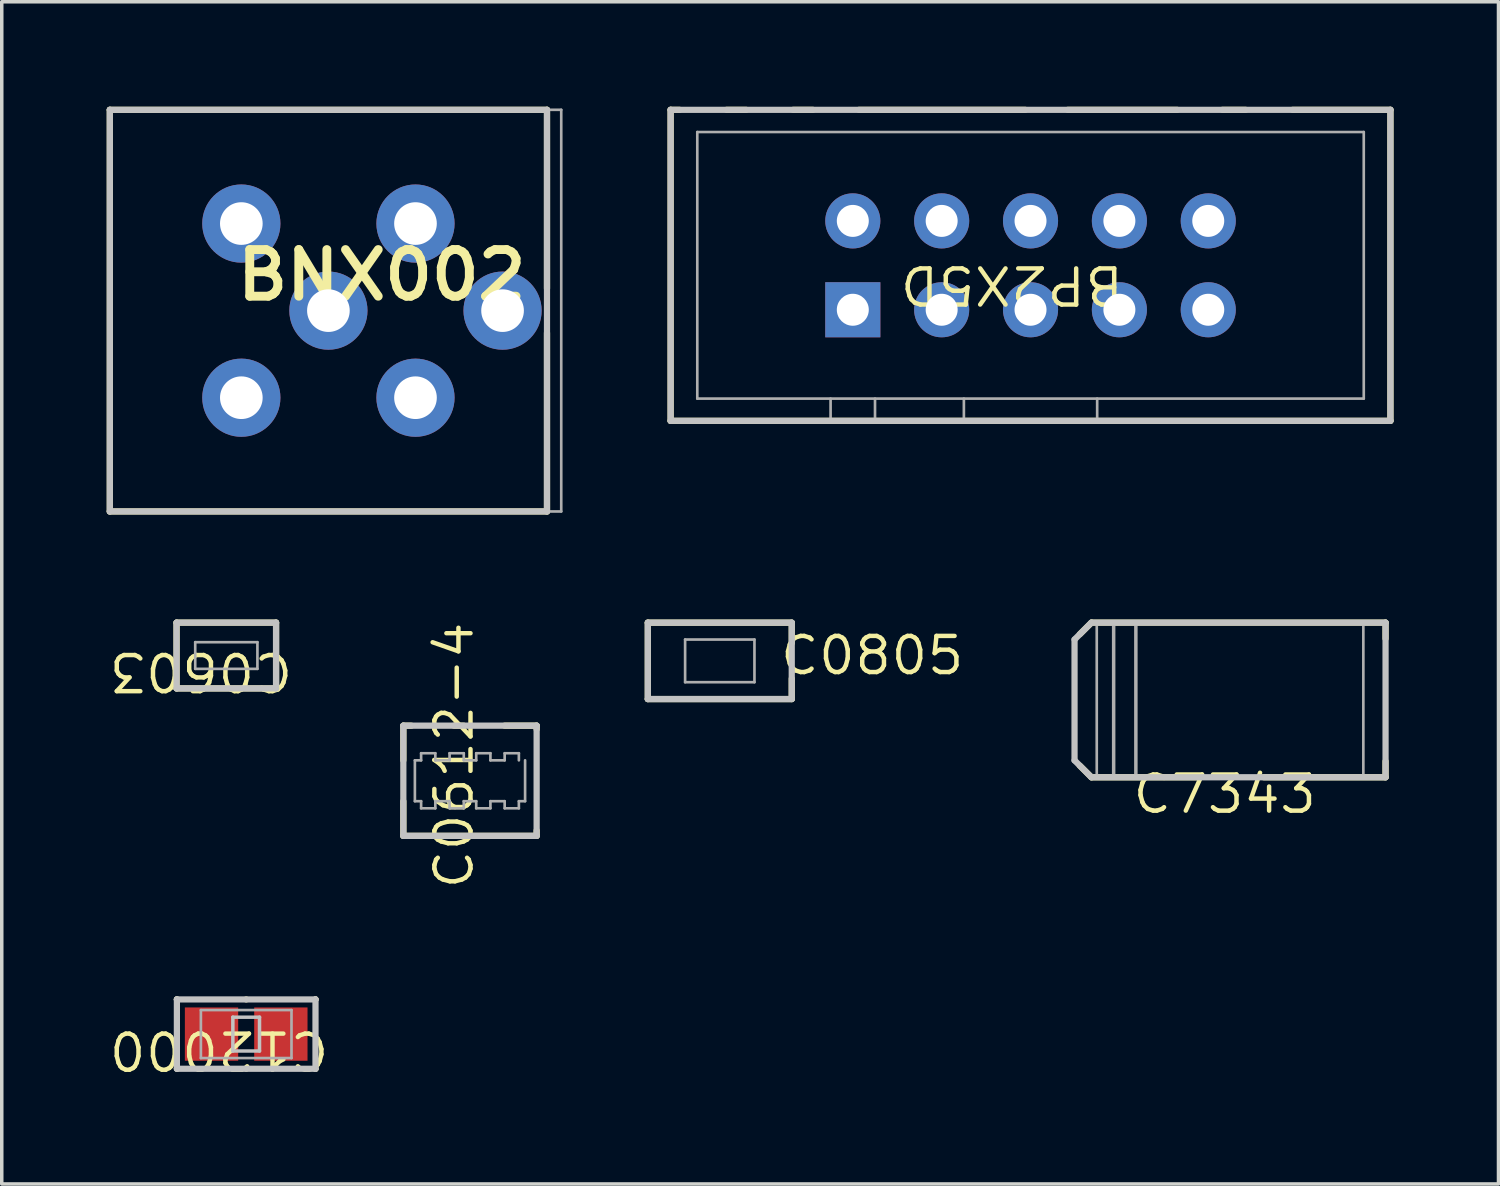
<source format=kicad_pcb>
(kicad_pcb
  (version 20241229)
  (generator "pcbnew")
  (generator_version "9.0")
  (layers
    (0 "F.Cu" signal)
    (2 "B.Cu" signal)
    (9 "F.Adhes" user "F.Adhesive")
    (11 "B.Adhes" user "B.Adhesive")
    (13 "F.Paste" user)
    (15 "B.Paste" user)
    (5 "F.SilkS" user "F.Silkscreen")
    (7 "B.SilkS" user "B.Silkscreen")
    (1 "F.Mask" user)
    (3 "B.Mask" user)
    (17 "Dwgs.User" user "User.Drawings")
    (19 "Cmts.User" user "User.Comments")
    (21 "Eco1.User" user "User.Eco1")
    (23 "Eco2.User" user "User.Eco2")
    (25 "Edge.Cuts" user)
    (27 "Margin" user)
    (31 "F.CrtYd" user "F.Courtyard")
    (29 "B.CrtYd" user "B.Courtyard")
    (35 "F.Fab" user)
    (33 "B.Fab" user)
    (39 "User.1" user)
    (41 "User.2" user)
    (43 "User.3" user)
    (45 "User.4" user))
  (footprint "C0612-4"
    (layer "F.Cu")
    (at 10.384 19.267)
    (property "Reference" "C0612-4" (at -0.457 -0.724 90) (unlocked yes) (layer "F.SilkS") (effects (font (size 1.033 1.087) (thickness 0.127))))
    (attr smd)
    (fp_line (start -1.905 -1.575) (end -1.676 -1.575) (stroke (width 0.178) (type solid)) (layer "F.SilkS"))
    (fp_line (start -1.905 -0.584) (end -1.905 -1.575) (stroke (width 0.178) (type solid)) (layer "F.SilkS"))
    (fp_line (start -1.905 1.575) (end -1.905 0.584) (stroke (width 0.178) (type solid)) (layer "F.SilkS"))
    (fp_line (start -1.905 1.575) (end 1.905 1.575) (stroke (width 0.178) (type solid)) (layer "F.SilkS"))
    (fp_line (start -0.457 -1.575) (end -0.178 -1.575) (stroke (width 0.178) (type solid)) (layer "F.SilkS"))
    (fp_line (start 0.991 -1.575) (end 1.905 -1.575) (stroke (width 0.178) (type solid)) (layer "F.SilkS"))
    (fp_line (start 1.905 -1.473) (end 1.905 -1.575) (stroke (width 0.178) (type solid)) (layer "F.SilkS"))
    (fp_line (start 1.905 1.575) (end 1.905 1.422) (stroke (width 0.178) (type solid)) (layer "F.SilkS"))
    (fp_line (start -1.905 -1.575) (end 1.905 -1.575) (stroke (width 0.178) (type solid)) (layer "Dwgs.User"))
    (fp_line (start -1.905 1.575) (end -1.905 -1.575) (stroke (width 0.178) (type solid)) (layer "Dwgs.User"))
    (fp_line (start -1.905 1.575) (end 1.905 1.575) (stroke (width 0.178) (type solid)) (layer "Dwgs.User"))
    (fp_line (start 1.905 1.575) (end 1.905 -1.575) (stroke (width 0.178) (type solid)) (layer "Dwgs.User"))
    (fp_line (start -1.575 -0.584) (end -1.397 -0.584) (stroke (width 0.076) (type solid)) (layer "F.Fab"))
    (fp_line (start -1.575 0.584) (end -1.575 -0.584) (stroke (width 0.076) (type solid)) (layer "F.Fab"))
    (fp_line (start -1.575 0.584) (end -1.397 0.584) (stroke (width 0.076) (type solid)) (layer "F.Fab"))
    (fp_line (start -1.397 -0.787) (end -0.991 -0.787) (stroke (width 0.076) (type solid)) (layer "F.Fab"))
    (fp_line (start -1.397 -0.584) (end -1.397 -0.787) (stroke (width 0.076) (type solid)) (layer "F.Fab"))
    (fp_line (start -1.397 0.787) (end -1.397 0.584) (stroke (width 0.076) (type solid)) (layer "F.Fab"))
    (fp_line (start -1.397 0.787) (end -0.991 0.787) (stroke (width 0.076) (type solid)) (layer "F.Fab"))
    (fp_line (start -0.991 -0.584) (end -0.991 -0.787) (stroke (width 0.076) (type solid)) (layer "F.Fab"))
    (fp_line (start -0.991 -0.584) (end -0.584 -0.584) (stroke (width 0.076) (type solid)) (layer "F.Fab"))
    (fp_line (start -0.991 0.584) (end -0.584 0.584) (stroke (width 0.076) (type solid)) (layer "F.Fab"))
    (fp_line (start -0.991 0.787) (end -0.991 0.584) (stroke (width 0.076) (type solid)) (layer "F.Fab"))
    (fp_line (start -0.584 -0.787) (end -0.178 -0.787) (stroke (width 0.076) (type solid)) (layer "F.Fab"))
    (fp_line (start -0.584 -0.584) (end -0.584 -0.787) (stroke (width 0.076) (type solid)) (layer "F.Fab"))
    (fp_line (start -0.584 0.787) (end -0.584 0.584) (stroke (width 0.076) (type solid)) (layer "F.Fab"))
    (fp_line (start -0.584 0.787) (end -0.178 0.787) (stroke (width 0.076) (type solid)) (layer "F.Fab"))
    (fp_line (start -0.178 -0.584) (end -0.178 -0.787) (stroke (width 0.076) (type solid)) (layer "F.Fab"))
    (fp_line (start -0.178 -0.584) (end 0.178 -0.584) (stroke (width 0.076) (type solid)) (layer "F.Fab"))
    (fp_line (start -0.178 0.584) (end 0.178 0.584) (stroke (width 0.076) (type solid)) (layer "F.Fab"))
    (fp_line (start -0.178 0.787) (end -0.178 0.584) (stroke (width 0.076) (type solid)) (layer "F.Fab"))
    (fp_line (start 0.178 -0.787) (end 0.584 -0.787) (stroke (width 0.076) (type solid)) (layer "F.Fab"))
    (fp_line (start 0.178 -0.584) (end 0.178 -0.787) (stroke (width 0.076) (type solid)) (layer "F.Fab"))
    (fp_line (start 0.178 0.787) (end 0.178 0.584) (stroke (width 0.076) (type solid)) (layer "F.Fab"))
    (fp_line (start 0.178 0.787) (end 0.584 0.787) (stroke (width 0.076) (type solid)) (layer "F.Fab"))
    (fp_line (start 0.584 -0.584) (end 0.584 -0.787) (stroke (width 0.076) (type solid)) (layer "F.Fab"))
    (fp_line (start 0.584 -0.584) (end 0.991 -0.584) (stroke (width 0.076) (type solid)) (layer "F.Fab"))
    (fp_line (start 0.584 0.584) (end 0.991 0.584) (stroke (width 0.076) (type solid)) (layer "F.Fab"))
    (fp_line (start 0.584 0.787) (end 0.584 0.584) (stroke (width 0.076) (type solid)) (layer "F.Fab"))
    (fp_line (start 0.991 -0.787) (end 1.397 -0.787) (stroke (width 0.076) (type solid)) (layer "F.Fab"))
    (fp_line (start 0.991 -0.584) (end 0.991 -0.787) (stroke (width 0.076) (type solid)) (layer "F.Fab"))
    (fp_line (start 0.991 0.787) (end 0.991 0.584) (stroke (width 0.076) (type solid)) (layer "F.Fab"))
    (fp_line (start 0.991 0.787) (end 1.397 0.787) (stroke (width 0.076) (type solid)) (layer "F.Fab"))
    (fp_line (start 1.397 -0.584) (end 1.397 -0.787) (stroke (width 0.076) (type solid)) (layer "F.Fab"))
    (fp_line (start 1.397 0.584) (end 1.575 0.584) (stroke (width 0.076) (type solid)) (layer "F.Fab"))
    (fp_line (start 1.397 0.787) (end 1.397 0.584) (stroke (width 0.076) (type solid)) (layer "F.Fab"))
    (fp_line (start 1.575 0.584) (end 1.575 -0.584) (stroke (width 0.076) (type solid)) (layer "F.Fab")))
  (footprint "C7343"
    (layer "F.Cu")
    (at 32.109 16.957)
    (property "Reference" "C7343" (at -0.152 2.692 0) (unlocked yes) (layer "F.SilkS") (effects (font (size 1.033 1.087) (thickness 0.127))))
    (attr smd)
    (fp_line (start -4.293 -1.88) (end -3.962 -2.21) (stroke (width 0.178) (type solid)) (layer "F.SilkS"))
    (fp_line (start -4.293 1.88) (end -3.962 2.21) (stroke (width 0.178) (type solid)) (layer "F.SilkS"))
    (fp_line (start -3.962 -2.21) (end 4.445 -2.21) (stroke (width 0.178) (type solid)) (layer "F.SilkS"))
    (fp_line (start -3.962 2.21) (end -0.94 2.21) (stroke (width 0.178) (type solid)) (layer "F.SilkS"))
    (fp_line (start 0.965 2.21) (end 4.445 2.21) (stroke (width 0.178) (type solid)) (layer "F.SilkS"))
    (fp_line (start 4.445 -1.753) (end 4.445 -2.21) (stroke (width 0.178) (type solid)) (layer "F.SilkS"))
    (fp_line (start 4.445 2.21) (end 4.445 1.753) (stroke (width 0.178) (type solid)) (layer "F.SilkS"))
    (fp_line (start -4.445 -1.727) (end -3.962 -2.21) (stroke (width 0.178) (type solid)) (layer "Dwgs.User"))
    (fp_line (start -4.445 1.727) (end -4.445 -1.727) (stroke (width 0.178) (type solid)) (layer "Dwgs.User"))
    (fp_line (start -4.445 1.727) (end -3.962 2.21) (stroke (width 0.178) (type solid)) (layer "Dwgs.User"))
    (fp_line (start -3.962 -2.21) (end 4.445 -2.21) (stroke (width 0.178) (type solid)) (layer "Dwgs.User"))
    (fp_line (start -3.962 2.21) (end 4.445 2.21) (stroke (width 0.178) (type solid)) (layer "Dwgs.User"))
    (fp_line (start 4.445 2.21) (end 4.445 -2.21) (stroke (width 0.178) (type solid)) (layer "Dwgs.User"))
    (fp_line (start -3.81 -2.21) (end 3.81 -2.21) (stroke (width 0.076) (type solid)) (layer "F.Fab"))
    (fp_line (start -3.81 2.21) (end -3.81 -2.21) (stroke (width 0.076) (type solid)) (layer "F.Fab"))
    (fp_line (start -3.81 2.21) (end 3.81 2.21) (stroke (width 0.076) (type solid)) (layer "F.Fab"))
    (fp_line (start -3.327 -2.21) (end -2.692 -2.21) (stroke (width 0.1) (type solid)) (layer "F.Fab"))
    (fp_line (start -3.327 2.21) (end -3.327 -2.21) (stroke (width 0.1) (type solid)) (layer "F.Fab"))
    (fp_line (start -3.327 2.21) (end -2.692 2.21) (stroke (width 0.1) (type solid)) (layer "F.Fab"))
    (fp_line (start -2.692 2.21) (end -2.692 -2.21) (stroke (width 0.1) (type solid)) (layer "F.Fab"))
    (fp_line (start 3.81 2.21) (end 3.81 -2.21) (stroke (width 0.076) (type solid)) (layer "F.Fab")))
  (footprint "BP2X5D"
    (layer "F.Cu")
    (at 21.326 5.804)
    (property "Reference" "BP2X5D" (at 4.547 -0.711 180) (unlocked yes) (layer "F.SilkS") (effects (font (size 1.033 1.087) (thickness 0.127))))
    (attr smd)
    (fp_line (start -5.207 -5.715) (end -4.953 -5.715) (stroke (width 0.178) (type solid)) (layer "F.SilkS"))
    (fp_line (start -5.207 3.175) (end -5.207 -5.715) (stroke (width 0.178) (type solid)) (layer "F.SilkS"))
    (fp_line (start -5.207 3.175) (end 15.367 3.175) (stroke (width 0.178) (type solid)) (layer "F.SilkS"))
    (fp_line (start -3.607 -5.715) (end -3.048 -5.715) (stroke (width 0.178) (type solid)) (layer "F.SilkS"))
    (fp_line (start -1.702 -5.715) (end -1.143 -5.715) (stroke (width 0.178) (type solid)) (layer "F.SilkS"))
    (fp_line (start 0.178 -5.715) (end 4.928 -5.715) (stroke (width 0.178) (type solid)) (layer "F.SilkS"))
    (fp_line (start 6.147 -5.715) (end 9.271 -5.715) (stroke (width 0.178) (type solid)) (layer "F.SilkS"))
    (fp_line (start 10.566 -5.715) (end 11.227 -5.715) (stroke (width 0.178) (type solid)) (layer "F.SilkS"))
    (fp_line (start 12.573 -5.715) (end 15.367 -5.715) (stroke (width 0.178) (type solid)) (layer "F.SilkS"))
    (fp_line (start 15.367 3.175) (end 15.367 -5.715) (stroke (width 0.178) (type solid)) (layer "F.SilkS"))
    (fp_line (start -5.207 -5.715) (end 15.367 -5.715) (stroke (width 0.178) (type solid)) (layer "Dwgs.User"))
    (fp_line (start -5.207 3.175) (end -5.207 -5.715) (stroke (width 0.178) (type solid)) (layer "Dwgs.User"))
    (fp_line (start -5.207 3.175) (end 15.367 3.175) (stroke (width 0.178) (type solid)) (layer "Dwgs.User"))
    (fp_line (start 15.367 3.175) (end 15.367 -5.715) (stroke (width 0.178) (type solid)) (layer "Dwgs.User"))
    (fp_line (start -5.207 -5.715) (end 15.367 -5.715) (stroke (width 0.076) (type solid)) (layer "F.Fab"))
    (fp_line (start -5.207 3.175) (end -5.207 -5.715) (stroke (width 0.076) (type solid)) (layer "F.Fab"))
    (fp_line (start -5.207 3.175) (end 15.367 3.175) (stroke (width 0.076) (type solid)) (layer "F.Fab"))
    (fp_line (start -4.445 -5.08) (end 14.605 -5.08) (stroke (width 0.076) (type solid)) (layer "F.Fab"))
    (fp_line (start -4.445 2.54) (end -4.445 -5.08) (stroke (width 0.076) (type solid)) (layer "F.Fab"))
    (fp_line (start -4.445 2.54) (end 14.605 2.54) (stroke (width 0.076) (type solid)) (layer "F.Fab"))
    (fp_line (start -0.635 3.175) (end -0.635 2.54) (stroke (width 0.076) (type solid)) (layer "F.Fab"))
    (fp_line (start 0.635 3.175) (end 0.635 2.54) (stroke (width 0.076) (type solid)) (layer "F.Fab"))
    (fp_line (start 3.175 3.175) (end 3.175 2.54) (stroke (width 0.076) (type solid)) (layer "F.Fab"))
    (fp_line (start 6.985 3.175) (end 6.985 2.54) (stroke (width 0.076) (type solid)) (layer "F.Fab"))
    (fp_line (start 14.605 2.54) (end 14.605 -5.08) (stroke (width 0.076) (type solid)) (layer "F.Fab"))
    (fp_line (start 15.367 3.175) (end 15.367 -5.715) (stroke (width 0.076) (type solid)) (layer "F.Fab"))
    (pad "1" thru_hole rect (at 0 0) (size 1.575 1.575) (drill 0.914) (layers "*.Cu" "*.Mask"))
    (pad "2" thru_hole circle (at 0 -2.54) (size 1.575 1.575) (drill 0.914) (layers "*.Cu" "*.Mask"))
    (pad "3" thru_hole circle (at 2.54 0) (size 1.575 1.575) (drill 0.914) (layers "*.Cu" "*.Mask"))
    (pad "4" thru_hole circle (at 2.54 -2.54) (size 1.575 1.575) (drill 0.914) (layers "*.Cu" "*.Mask"))
    (pad "5" thru_hole circle (at 5.08 0) (size 1.575 1.575) (drill 0.914) (layers "*.Cu" "*.Mask"))
    (pad "6" thru_hole circle (at 5.08 -2.54) (size 1.575 1.575) (drill 0.914) (layers "*.Cu" "*.Mask"))
    (pad "7" thru_hole circle (at 7.62 0) (size 1.575 1.575) (drill 0.914) (layers "*.Cu" "*.Mask"))
    (pad "8" thru_hole circle (at 7.62 -2.54) (size 1.575 1.575) (drill 0.914) (layers "*.Cu" "*.Mask"))
    (pad "9" thru_hole circle (at 10.16 0) (size 1.575 1.575) (drill 0.914) (layers "*.Cu" "*.Mask"))
    (pad "10" thru_hole circle (at 10.16 -2.54) (size 1.575 1.575) (drill 0.914) (layers "*.Cu" "*.Mask")))
  (footprint "BNX002"
    (layer "F.Cu")
    (at 6.337 5.829)
    (property "Reference" "BNX002" (at 1.524 -1.016 0) (unlocked yes) (layer "F.SilkS") (effects (font (size 1.333 1.402) (thickness 0.254))))
    (attr smd)
    (fp_line (start -6.248 -5.74) (end 6.248 -5.74) (stroke (width 0.178) (type solid)) (layer "F.SilkS"))
    (fp_line (start -6.248 5.74) (end -6.248 -5.74) (stroke (width 0.178) (type solid)) (layer "F.SilkS"))
    (fp_line (start -6.248 5.74) (end 6.248 5.74) (stroke (width 0.178) (type solid)) (layer "F.SilkS"))
    (fp_line (start 6.248 -0.635) (end 6.248 -5.74) (stroke (width 0.178) (type solid)) (layer "F.SilkS"))
    (fp_line (start 6.248 5.74) (end 6.248 0.635) (stroke (width 0.178) (type solid)) (layer "F.SilkS"))
    (fp_line (start -6.248 -5.74) (end 6.248 -5.74) (stroke (width 0.178) (type solid)) (layer "Dwgs.User"))
    (fp_line (start -6.248 5.74) (end -6.248 -5.74) (stroke (width 0.178) (type solid)) (layer "Dwgs.User"))
    (fp_line (start -6.248 5.74) (end 6.248 5.74) (stroke (width 0.178) (type solid)) (layer "Dwgs.User"))
    (fp_line (start 6.248 5.74) (end 6.248 -5.74) (stroke (width 0.178) (type solid)) (layer "Dwgs.User"))
    (fp_line (start -6.248 -5.74) (end 6.655 -5.74) (stroke (width 0.076) (type solid)) (layer "F.Fab"))
    (fp_line (start -6.248 5.74) (end -6.248 -5.74) (stroke (width 0.076) (type solid)) (layer "F.Fab"))
    (fp_line (start -6.248 5.74) (end 6.655 5.74) (stroke (width 0.076) (type solid)) (layer "F.Fab"))
    (fp_line (start 6.655 5.74) (end 6.655 -5.74) (stroke (width 0.076) (type solid)) (layer "F.Fab"))
    (pad "B" thru_hole circle (at 2.489 -2.489) (size 2.235 2.235) (drill 1.219) (layers "*.Cu" "*.Mask"))
    (pad "CB" thru_hole circle (at 2.489 2.489) (size 2.235 2.235) (drill 1.219) (layers "*.Cu" "*.Mask"))
    (pad "CG1" thru_hole circle (at -2.489 2.489) (size 2.235 2.235) (drill 1.219) (layers "*.Cu" "*.Mask"))
    (pad "CG2" thru_hole circle (at 0 0) (size 2.235 2.235) (drill 1.219) (layers "*.Cu" "*.Mask"))
    (pad "CG3" thru_hole circle (at 4.978 0) (size 2.235 2.235) (drill 1.219) (layers "*.Cu" "*.Mask"))
    (pad "PSG" thru_hole circle (at -2.489 -2.489) (size 2.235 2.235) (drill 1.219) (layers "*.Cu" "*.Mask")))
  (footprint "C0805"
    (layer "F.Cu")
    (at 17.524 15.84)
    (property "Reference" "C0805" (at 4.356 -0.152 0) (unlocked yes) (layer "F.SilkS") (effects (font (size 1.033 1.087) (thickness 0.127))))
    (attr smd)
    (fp_line (start -2.057 -1.092) (end 2.057 -1.092) (stroke (width 0.178) (type solid)) (layer "F.SilkS"))
    (fp_line (start -2.057 1.092) (end -2.057 -1.092) (stroke (width 0.178) (type solid)) (layer "F.SilkS"))
    (fp_line (start -2.057 1.092) (end 2.057 1.092) (stroke (width 0.178) (type solid)) (layer "F.SilkS"))
    (fp_line (start 2.057 -0.508) (end 2.057 -1.092) (stroke (width 0.178) (type solid)) (layer "F.SilkS"))
    (fp_line (start 2.057 1.092) (end 2.057 0.508) (stroke (width 0.178) (type solid)) (layer "F.SilkS"))
    (fp_line (start -2.057 -1.092) (end 2.057 -1.092) (stroke (width 0.178) (type solid)) (layer "Dwgs.User"))
    (fp_line (start -2.057 1.092) (end -2.057 -1.092) (stroke (width 0.178) (type solid)) (layer "Dwgs.User"))
    (fp_line (start -2.057 1.092) (end 2.057 1.092) (stroke (width 0.178) (type solid)) (layer "Dwgs.User"))
    (fp_line (start 2.057 1.092) (end 2.057 -1.092) (stroke (width 0.178) (type solid)) (layer "Dwgs.User"))
    (fp_line (start -0.991 -0.61) (end 0.991 -0.61) (stroke (width 0.076) (type solid)) (layer "F.Fab"))
    (fp_line (start -0.991 0.61) (end -0.991 -0.61) (stroke (width 0.076) (type solid)) (layer "F.Fab"))
    (fp_line (start -0.991 0.61) (end 0.991 0.61) (stroke (width 0.076) (type solid)) (layer "F.Fab"))
    (fp_line (start 0.991 0.61) (end 0.991 -0.61) (stroke (width 0.076) (type solid)) (layer "F.Fab")))
  (footprint "C12000"
    (layer "F.Cu")
    (at 3.987 26.508)
    (property "Reference" "C12000" (at -0.775 0.457 180) (unlocked yes) (layer "F.SilkS") (effects (font (size 1.033 1.087) (thickness 0.127))))
    (attr smd)
    (fp_line (start -1.981 -0.991) (end -1.981 -0.991) (stroke (width 0.178) (type solid)) (layer "F.SilkS"))
    (fp_line (start -1.981 -0.991) (end -1.981 -0.991) (stroke (width 0.178) (type solid)) (layer "F.SilkS"))
    (fp_line (start -1.981 0.991) (end -1.981 0.991) (stroke (width 0.178) (type solid)) (layer "F.SilkS"))
    (fp_line (start 0 -0.991) (end 0 -0.991) (stroke (width 0.178) (type solid)) (layer "F.SilkS"))
    (fp_line (start 0 0.991) (end 0 0.991) (stroke (width 0.178) (type solid)) (layer "F.SilkS"))
    (fp_line (start 1.981 -0.991) (end 1.981 -0.991) (stroke (width 0.178) (type solid)) (layer "F.SilkS"))
    (fp_line (start 1.981 -0.991) (end 1.981 -0.991) (stroke (width 0.178) (type solid)) (layer "F.SilkS"))
    (fp_line (start 1.981 0.991) (end 1.981 0.991) (stroke (width 0.178) (type solid)) (layer "F.SilkS"))
    (fp_line (start 1.981 0.991) (end 1.981 0.991) (stroke (width 0.178) (type solid)) (layer "F.SilkS"))
    (fp_line (start -1.981 -0.991) (end 1.981 -0.991) (stroke (width 0.178) (type solid)) (layer "Dwgs.User"))
    (fp_line (start -1.981 0.991) (end -1.981 -0.991) (stroke (width 0.178) (type solid)) (layer "Dwgs.User"))
    (fp_line (start -1.981 0.991) (end 1.981 0.991) (stroke (width 0.178) (type solid)) (layer "Dwgs.User"))
    (fp_line (start -0.381 -0.483) (end 0.381 -0.483) (stroke (width 0.1) (type solid)) (layer "Dwgs.User"))
    (fp_line (start -0.381 0.483) (end -0.381 -0.483) (stroke (width 0.1) (type solid)) (layer "Dwgs.User"))
    (fp_line (start -0.381 0.483) (end 0.381 0.483) (stroke (width 0.1) (type solid)) (layer "Dwgs.User"))
    (fp_line (start 0.381 0.483) (end 0.381 -0.483) (stroke (width 0.1) (type solid)) (layer "Dwgs.User"))
    (fp_line (start 1.981 0.991) (end 1.981 -0.991) (stroke (width 0.178) (type solid)) (layer "Dwgs.User"))
    (fp_line (start -1.295 -0.686) (end 1.295 -0.686) (stroke (width 0.076) (type solid)) (layer "F.Fab"))
    (fp_line (start -1.295 0.686) (end -1.295 -0.686) (stroke (width 0.076) (type solid)) (layer "F.Fab"))
    (fp_line (start -1.295 0.686) (end 1.295 0.686) (stroke (width 0.076) (type solid)) (layer "F.Fab"))
    (fp_line (start 1.295 0.686) (end 1.295 -0.686) (stroke (width 0.076) (type solid)) (layer "F.Fab"))
    (pad "1" smd rect (at -0.991 0) (size 1.524 1.524) (layers "F.Cu" "F.Mask" "F.Paste"))
    (pad "2" smd rect (at 0.991 0) (size 1.524 1.524) (layers "F.Cu" "F.Mask" "F.Paste")))
  (footprint "C0603"
    (layer "F.Cu")
    (at 3.419 15.687)
    (property "Reference" "C0603" (at -0.724 0.457 180) (unlocked yes) (layer "F.SilkS") (effects (font (size 1.033 1.087) (thickness 0.127))))
    (attr smd)
    (fp_line (start -1.422 -0.94) (end 1.422 -0.94) (stroke (width 0.178) (type solid)) (layer "F.SilkS"))
    (fp_line (start -1.422 0.94) (end -1.422 -0.94) (stroke (width 0.178) (type solid)) (layer "F.SilkS"))
    (fp_line (start -1.422 0.94) (end 1.422 0.94) (stroke (width 0.178) (type solid)) (layer "F.SilkS"))
    (fp_line (start 1.422 0.94) (end 1.422 -0.94) (stroke (width 0.178) (type solid)) (layer "F.SilkS"))
    (fp_line (start -1.422 -0.94) (end 1.422 -0.94) (stroke (width 0.178) (type solid)) (layer "Dwgs.User"))
    (fp_line (start -1.422 0.94) (end -1.422 -0.94) (stroke (width 0.178) (type solid)) (layer "Dwgs.User"))
    (fp_line (start -1.422 0.94) (end 1.422 0.94) (stroke (width 0.178) (type solid)) (layer "Dwgs.User"))
    (fp_line (start 1.422 0.94) (end 1.422 -0.94) (stroke (width 0.178) (type solid)) (layer "Dwgs.User"))
    (fp_line (start -0.889 -0.381) (end 0.889 -0.381) (stroke (width 0.076) (type solid)) (layer "F.Fab"))
    (fp_line (start -0.889 0.381) (end -0.889 -0.381) (stroke (width 0.076) (type solid)) (layer "F.Fab"))
    (fp_line (start -0.889 0.381) (end 0.889 0.381) (stroke (width 0.076) (type solid)) (layer "F.Fab"))
    (fp_line (start 0.889 0.381) (end 0.889 -0.381) (stroke (width 0.076) (type solid)) (layer "F.Fab")))
  (gr_rect
    (start -3 -3)
    (end 39.782 30.792)
    (stroke (width 0.1) (type default))
    (fill no)
    (layer "Edge.Cuts")))
</source>
